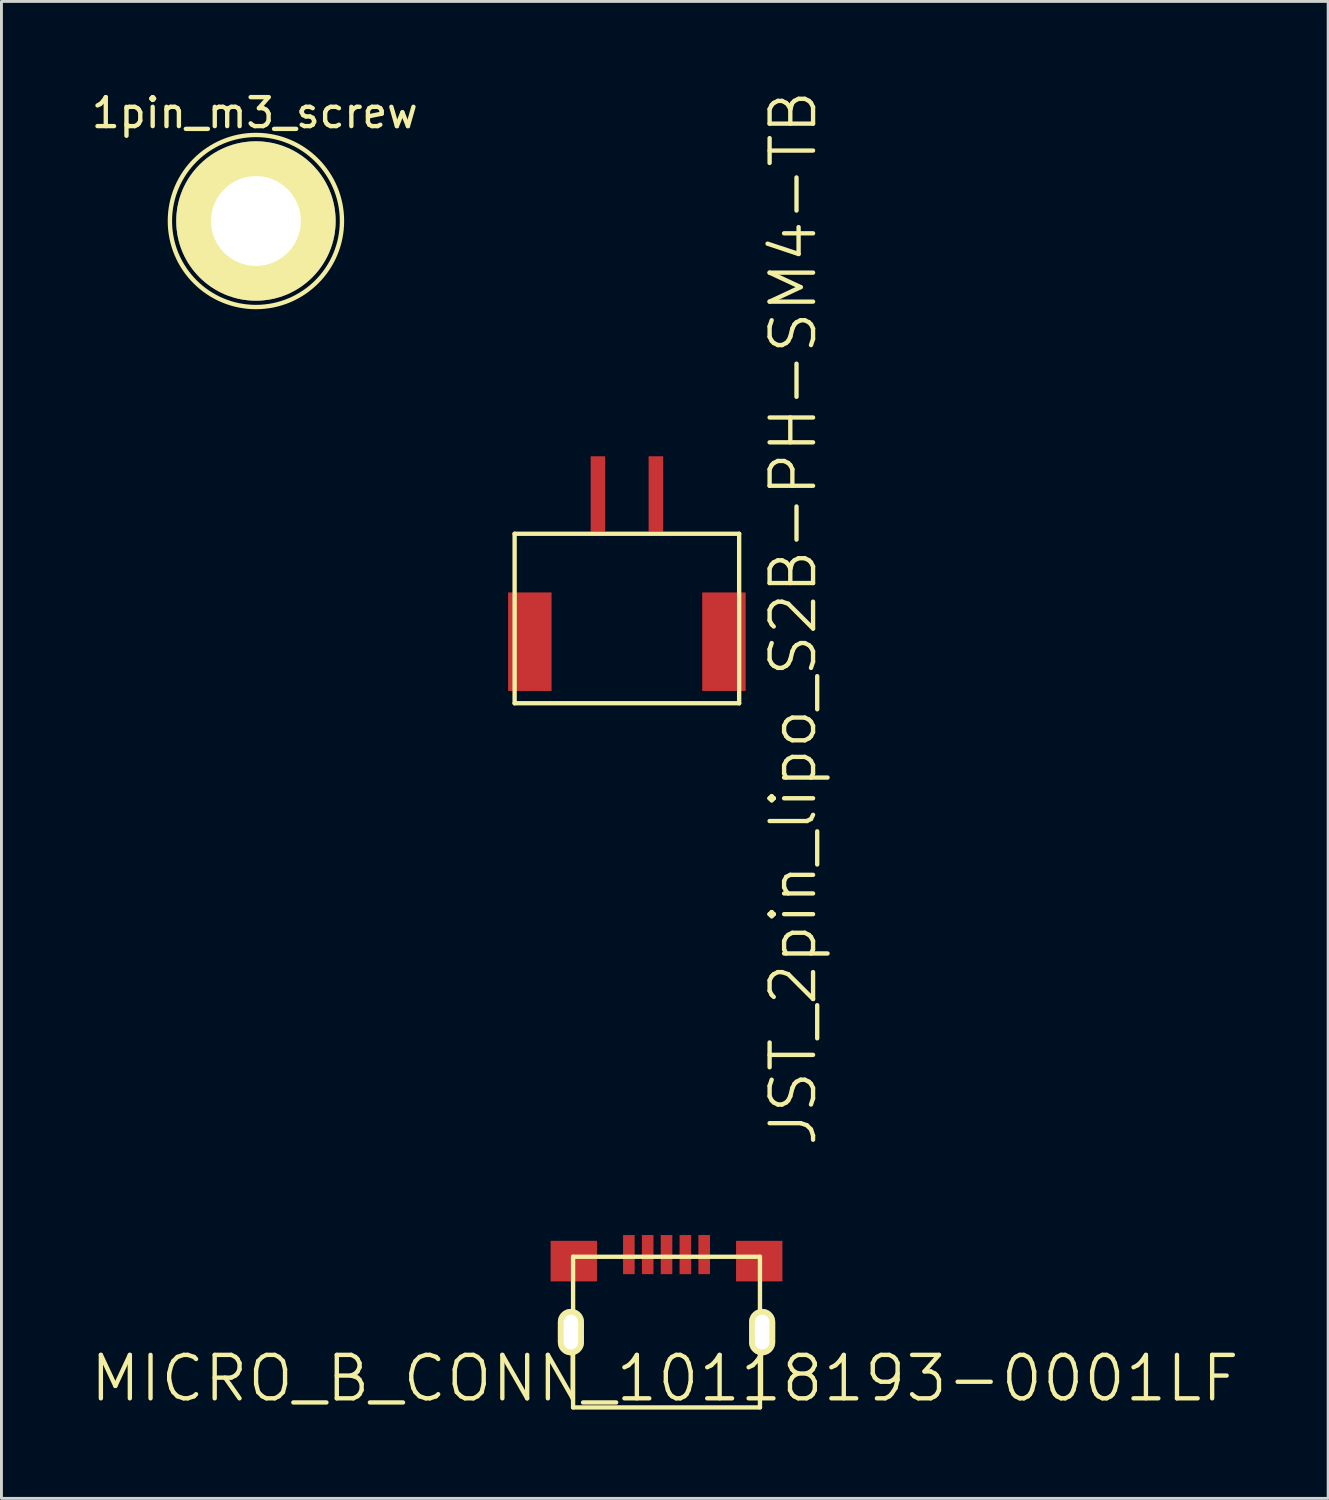
<source format=kicad_pcb>
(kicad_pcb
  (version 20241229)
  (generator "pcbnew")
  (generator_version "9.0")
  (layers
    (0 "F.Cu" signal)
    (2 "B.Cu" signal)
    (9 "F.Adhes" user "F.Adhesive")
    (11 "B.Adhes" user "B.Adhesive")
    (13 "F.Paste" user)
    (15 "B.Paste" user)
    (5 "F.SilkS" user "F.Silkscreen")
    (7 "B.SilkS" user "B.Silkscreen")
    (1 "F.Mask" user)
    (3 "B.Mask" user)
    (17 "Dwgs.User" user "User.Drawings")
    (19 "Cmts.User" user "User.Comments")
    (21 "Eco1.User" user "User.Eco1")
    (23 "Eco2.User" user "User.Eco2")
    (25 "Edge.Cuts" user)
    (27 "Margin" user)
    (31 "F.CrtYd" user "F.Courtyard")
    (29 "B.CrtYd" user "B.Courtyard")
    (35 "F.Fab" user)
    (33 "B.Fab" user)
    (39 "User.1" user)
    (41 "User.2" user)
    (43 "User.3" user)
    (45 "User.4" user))
  (footprint "MICRO_B_CONN_10118193-0001LF"
    (layer "F.Cu")
    (at 19.956 42.929)
    (property "Reference" "MICRO_B_CONN_10118193-0001LF" (at -0.06 1.6 180) (layer "F.SilkS") (effects (font (size 1.5 1.5) (thickness 0.15))))
    (attr through_hole)
    (fp_line (start -3.225 -2.6) (end 3.225 -2.6) (stroke (width 0.15) (type solid)) (layer "F.SilkS"))
    (fp_line (start -3.225 2.6) (end -3.225 -2.6) (stroke (width 0.15) (type solid)) (layer "F.SilkS"))
    (fp_line (start 3.225 -2.6) (end 3.225 2.6) (stroke (width 0.15) (type solid)) (layer "F.SilkS"))
    (fp_line (start 3.225 2.6) (end -3.225 2.6) (stroke (width 0.15) (type solid)) (layer "F.SilkS"))
    (pad "1" smd rect (at -1.3 -2.675) (size 0.4 1.35) (layers "F.Cu" "F.Mask" "F.Paste"))
    (pad "2" smd rect (at -0.65 -2.675) (size 0.4 1.35) (layers "F.Cu" "F.Mask" "F.Paste"))
    (pad "3" smd rect (at 0 -2.675) (size 0.4 1.35) (layers "F.Cu" "F.Mask" "F.Paste"))
    (pad "4" smd rect (at 0.65 -2.675) (size 0.4 1.35) (layers "F.Cu" "F.Mask" "F.Paste"))
    (pad "5" smd rect (at 1.3 -2.675) (size 0.4 1.35) (layers "F.Cu" "F.Mask" "F.Paste"))
    (pad "6" smd rect (at 3.2 -2.45) (size 1.6 1.4) (layers "F.Cu" "F.Mask" "F.Paste"))
    (pad "7" thru_hole oval (at 3.3 0) (size 0.9 1.6) (drill oval 0.5 1.2) (layers "*.Cu" "*.Mask" "F.SilkS"))
    (pad "8" thru_hole oval (at -3.3 0) (size 0.9 1.6) (drill oval 0.5 1.2) (layers "*.Cu" "*.Mask" "F.SilkS"))
    (pad "9" smd rect (at -3.2 -2.45) (size 1.6 1.4) (layers "F.Cu" "F.Mask" "F.Paste")))
  (footprint "JST_2pin_lipo_S2B-PH-SM4-TB"
    (layer "F.Cu")
    (at 18.588 18.299)
    (property "Reference" "JST_2pin_lipo_S2B-PH-SM4-TB" (at 5.74 -0.01 90) (layer "F.SilkS") (effects (font (size 1.5 1.5) (thickness 0.15))))
    (attr through_hole)
    (fp_line (start -3.875 -2.925) (end 3.875 -2.925) (stroke (width 0.15) (type solid)) (layer "F.SilkS"))
    (fp_line (start -3.875 2.925) (end -3.875 -2.925) (stroke (width 0.15) (type solid)) (layer "F.SilkS"))
    (fp_line (start 3.875 -2.925) (end 3.875 2.925) (stroke (width 0.15) (type solid)) (layer "F.SilkS"))
    (fp_line (start 3.875 2.925) (end -3.875 2.925) (stroke (width 0.15) (type solid)) (layer "F.SilkS"))
    (pad "1" smd rect (at -1 -4.3) (size 0.5 2.6) (layers "F.Cu" "F.Mask" "F.Paste"))
    (pad "2" smd rect (at 1 -4.3) (size 0.5 2.6) (layers "F.Cu" "F.Mask" "F.Paste"))
    (pad "3" smd rect (at -3.35 0.8) (size 1.5 3.4) (layers "F.Cu" "F.Mask" "F.Paste"))
    (pad "4" smd rect (at 3.35 0.8) (size 1.5 3.4) (layers "F.Cu" "F.Mask" "F.Paste")))
  (footprint "1pin_m3_screw"
    (layer "F.Cu")
    (at 5.784 4.578)
    (property "Reference" "1pin_m3_screw" (at -0.04 -3.73 0) (layer "F.SilkS") (effects (font (size 1 1) (thickness 0.15))))
    (attr through_hole)
    (fp_circle (center 0 0) (end 2.1 2.1) (stroke (width 0.15) (type solid)) (fill no) (layer "F.SilkS"))
    (pad "1" thru_hole circle (at 0 0) (size 5.5 5.5) (drill 3.1) (layers "*.Cu" "*.Mask" "F.SilkS")))
  (gr_rect
    (start -3 -3)
    (end 42.793 48.669)
    (stroke (width 0.1) (type default))
    (fill no)
    (layer "Edge.Cuts")))
</source>
